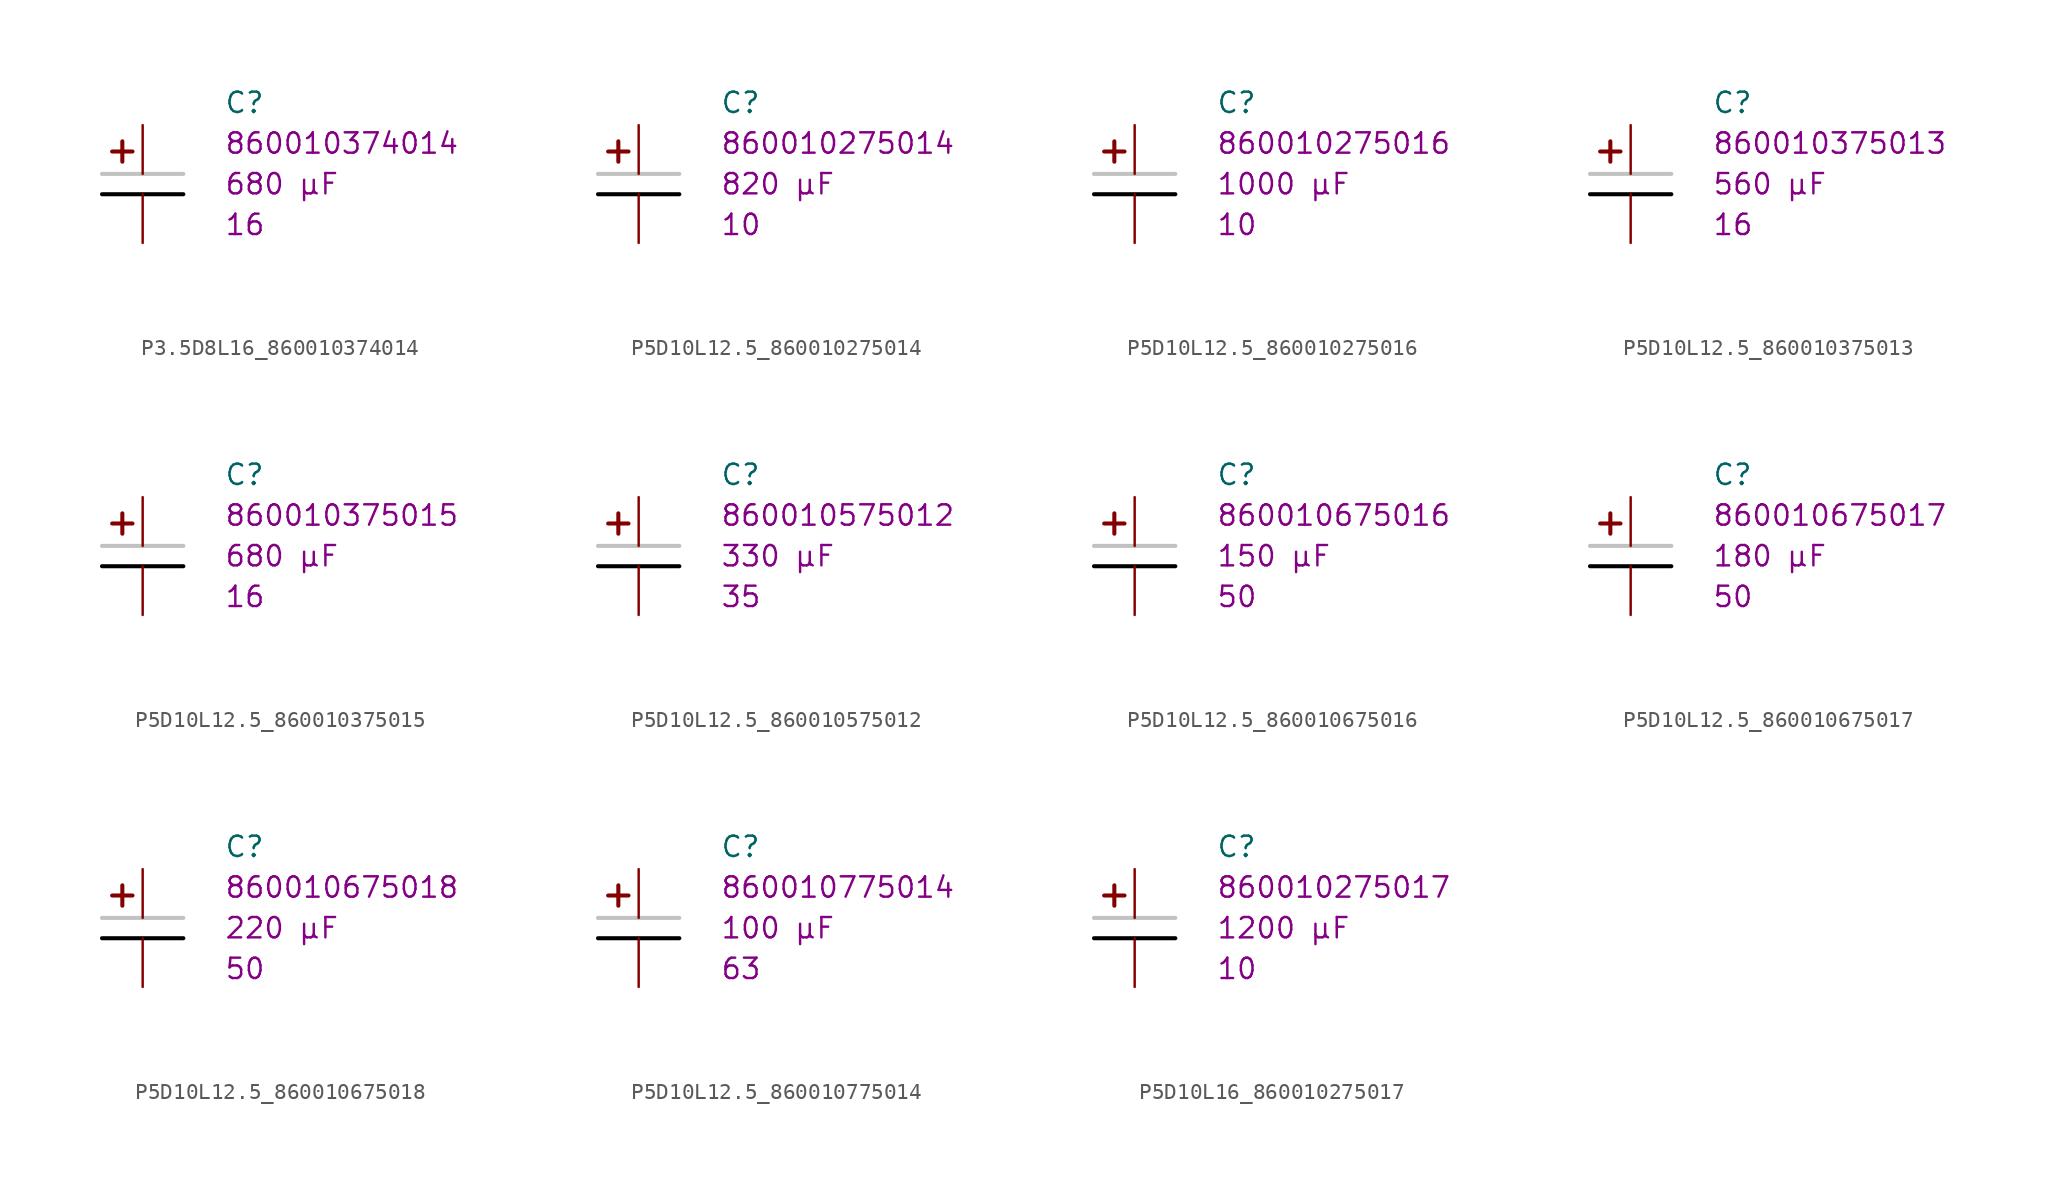
<source format=kicad_sym>
(kicad_symbol_lib
  (version 20220914)
  (generator kicad_symbol_editor)
  (symbol "P3.5D8L16_860010374014"
    (pin_numbers hide)
    (pin_names hide)
    (property "Reference" "C"
      (at 5.08 5.08 0)
      (effects (font (size 1.27 1.27)) (justify left)))
    (property "Part Number" "860010374014"
      (at 5.08 2.54 0)
      (effects (font (size 1.27 1.27)) (justify left)))
    (property "Capacitance" "680 µF"
      (at 5.08 0 0)
      (effects (font (size 1.27 1.27)) (justify left)))
    (property "Voltage" "16"
      (at 5.08 -2.54 0)
      (effects (font (size 1.27 1.27)) (justify left)))
    (property "Critical Parameter" ""
      (at 0 -7.62 0)
      (effects (font (size 1.27 1.27))))
    (symbol "P3.5D8L16_860010374014_1_1"
      (polyline (pts (xy -1.27 2.667) (xy -1.27 1.397)) (stroke (width 0.254) (type default)) (fill (type none)))
      (polyline (pts (xy -0.635 2.032) (xy -1.905 2.032)) (stroke (width 0.254) (type default)) (fill (type none)))
      (polyline (pts (xy 2.54 -0.635) (xy -2.54 -0.635)) (stroke (width 0.254) (type default) (color 0 0 0 1)) (fill (type none)))
      (polyline (pts (xy 2.54 0.635) (xy -2.54 0.635)) (stroke (width 0.254) (type default) (color 194 194 194 1)) (fill (type none)))
      (pin passive line (at 0 3.679 270) (length 3.044) (name "1" (effects (font (size 1.27 1.27)))) (number "1" (effects (font (size 1.27 1.27)))))
      (pin passive line (at 0 -3.679 90) (length 3.044) (name "2" (effects (font (size 1.27 1.27)))) (number "2" (effects (font (size 1.27 1.27)))))))
  (symbol "P5D10L12.5_860010275014"
    (pin_numbers hide)
    (pin_names hide)
    (property "Reference" "C"
      (at 5.08 5.08 0)
      (effects (font (size 1.27 1.27)) (justify left)))
    (property "Part Number" "860010275014"
      (at 5.08 2.54 0)
      (effects (font (size 1.27 1.27)) (justify left)))
    (property "Capacitance" "820 µF"
      (at 5.08 0 0)
      (effects (font (size 1.27 1.27)) (justify left)))
    (property "Voltage" "10"
      (at 5.08 -2.54 0)
      (effects (font (size 1.27 1.27)) (justify left)))
    (property "Critical Parameter" ""
      (at 0 -7.62 0)
      (effects (font (size 1.27 1.27))))
    (symbol "P5D10L12.5_860010275014_1_1"
      (polyline (pts (xy -1.27 2.667) (xy -1.27 1.397)) (stroke (width 0.254) (type default)) (fill (type none)))
      (polyline (pts (xy -0.635 2.032) (xy -1.905 2.032)) (stroke (width 0.254) (type default)) (fill (type none)))
      (polyline (pts (xy 2.54 -0.635) (xy -2.54 -0.635)) (stroke (width 0.254) (type default) (color 0 0 0 1)) (fill (type none)))
      (polyline (pts (xy 2.54 0.635) (xy -2.54 0.635)) (stroke (width 0.254) (type default) (color 194 194 194 1)) (fill (type none)))
      (pin passive line (at 0 3.679 270) (length 3.044) (name "1" (effects (font (size 1.27 1.27)))) (number "1" (effects (font (size 1.27 1.27)))))
      (pin passive line (at 0 -3.679 90) (length 3.044) (name "2" (effects (font (size 1.27 1.27)))) (number "2" (effects (font (size 1.27 1.27)))))))
  (symbol "P5D10L12.5_860010275016"
    (pin_numbers hide)
    (pin_names hide)
    (property "Reference" "C"
      (at 5.08 5.08 0)
      (effects (font (size 1.27 1.27)) (justify left)))
    (property "Part Number" "860010275016"
      (at 5.08 2.54 0)
      (effects (font (size 1.27 1.27)) (justify left)))
    (property "Capacitance" "1000 µF"
      (at 5.08 0 0)
      (effects (font (size 1.27 1.27)) (justify left)))
    (property "Voltage" "10"
      (at 5.08 -2.54 0)
      (effects (font (size 1.27 1.27)) (justify left)))
    (property "Critical Parameter" ""
      (at 0 -7.62 0)
      (effects (font (size 1.27 1.27))))
    (symbol "P5D10L12.5_860010275016_1_1"
      (polyline (pts (xy -1.27 2.667) (xy -1.27 1.397)) (stroke (width 0.254) (type default)) (fill (type none)))
      (polyline (pts (xy -0.635 2.032) (xy -1.905 2.032)) (stroke (width 0.254) (type default)) (fill (type none)))
      (polyline (pts (xy 2.54 -0.635) (xy -2.54 -0.635)) (stroke (width 0.254) (type default) (color 0 0 0 1)) (fill (type none)))
      (polyline (pts (xy 2.54 0.635) (xy -2.54 0.635)) (stroke (width 0.254) (type default) (color 194 194 194 1)) (fill (type none)))
      (pin passive line (at 0 3.679 270) (length 3.044) (name "1" (effects (font (size 1.27 1.27)))) (number "1" (effects (font (size 1.27 1.27)))))
      (pin passive line (at 0 -3.679 90) (length 3.044) (name "2" (effects (font (size 1.27 1.27)))) (number "2" (effects (font (size 1.27 1.27)))))))
  (symbol "P5D10L12.5_860010375013"
    (pin_numbers hide)
    (pin_names hide)
    (property "Reference" "C"
      (at 5.08 5.08 0)
      (effects (font (size 1.27 1.27)) (justify left)))
    (property "Part Number" "860010375013"
      (at 5.08 2.54 0)
      (effects (font (size 1.27 1.27)) (justify left)))
    (property "Capacitance" "560 µF"
      (at 5.08 0 0)
      (effects (font (size 1.27 1.27)) (justify left)))
    (property "Voltage" "16"
      (at 5.08 -2.54 0)
      (effects (font (size 1.27 1.27)) (justify left)))
    (property "Critical Parameter" ""
      (at 0 -7.62 0)
      (effects (font (size 1.27 1.27))))
    (symbol "P5D10L12.5_860010375013_1_1"
      (polyline (pts (xy -1.27 2.667) (xy -1.27 1.397)) (stroke (width 0.254) (type default)) (fill (type none)))
      (polyline (pts (xy -0.635 2.032) (xy -1.905 2.032)) (stroke (width 0.254) (type default)) (fill (type none)))
      (polyline (pts (xy 2.54 -0.635) (xy -2.54 -0.635)) (stroke (width 0.254) (type default) (color 0 0 0 1)) (fill (type none)))
      (polyline (pts (xy 2.54 0.635) (xy -2.54 0.635)) (stroke (width 0.254) (type default) (color 194 194 194 1)) (fill (type none)))
      (pin passive line (at 0 3.679 270) (length 3.044) (name "1" (effects (font (size 1.27 1.27)))) (number "1" (effects (font (size 1.27 1.27)))))
      (pin passive line (at 0 -3.679 90) (length 3.044) (name "2" (effects (font (size 1.27 1.27)))) (number "2" (effects (font (size 1.27 1.27)))))))
  (symbol "P5D10L12.5_860010375015"
    (pin_numbers hide)
    (pin_names hide)
    (property "Reference" "C"
      (at 5.08 5.08 0)
      (effects (font (size 1.27 1.27)) (justify left)))
    (property "Part Number" "860010375015"
      (at 5.08 2.54 0)
      (effects (font (size 1.27 1.27)) (justify left)))
    (property "Capacitance" "680 µF"
      (at 5.08 0 0)
      (effects (font (size 1.27 1.27)) (justify left)))
    (property "Voltage" "16"
      (at 5.08 -2.54 0)
      (effects (font (size 1.27 1.27)) (justify left)))
    (property "Critical Parameter" ""
      (at 0 -7.62 0)
      (effects (font (size 1.27 1.27))))
    (symbol "P5D10L12.5_860010375015_1_1"
      (polyline (pts (xy -1.27 2.667) (xy -1.27 1.397)) (stroke (width 0.254) (type default)) (fill (type none)))
      (polyline (pts (xy -0.635 2.032) (xy -1.905 2.032)) (stroke (width 0.254) (type default)) (fill (type none)))
      (polyline (pts (xy 2.54 -0.635) (xy -2.54 -0.635)) (stroke (width 0.254) (type default) (color 0 0 0 1)) (fill (type none)))
      (polyline (pts (xy 2.54 0.635) (xy -2.54 0.635)) (stroke (width 0.254) (type default) (color 194 194 194 1)) (fill (type none)))
      (pin passive line (at 0 3.679 270) (length 3.044) (name "1" (effects (font (size 1.27 1.27)))) (number "1" (effects (font (size 1.27 1.27)))))
      (pin passive line (at 0 -3.679 90) (length 3.044) (name "2" (effects (font (size 1.27 1.27)))) (number "2" (effects (font (size 1.27 1.27)))))))
  (symbol "P5D10L12.5_860010575012"
    (pin_numbers hide)
    (pin_names hide)
    (property "Reference" "C"
      (at 5.08 5.08 0)
      (effects (font (size 1.27 1.27)) (justify left)))
    (property "Part Number" "860010575012"
      (at 5.08 2.54 0)
      (effects (font (size 1.27 1.27)) (justify left)))
    (property "Capacitance" "330 µF"
      (at 5.08 0 0)
      (effects (font (size 1.27 1.27)) (justify left)))
    (property "Voltage" "35"
      (at 5.08 -2.54 0)
      (effects (font (size 1.27 1.27)) (justify left)))
    (property "Critical Parameter" ""
      (at 0 -7.62 0)
      (effects (font (size 1.27 1.27))))
    (symbol "P5D10L12.5_860010575012_1_1"
      (polyline (pts (xy -1.27 2.667) (xy -1.27 1.397)) (stroke (width 0.254) (type default)) (fill (type none)))
      (polyline (pts (xy -0.635 2.032) (xy -1.905 2.032)) (stroke (width 0.254) (type default)) (fill (type none)))
      (polyline (pts (xy 2.54 -0.635) (xy -2.54 -0.635)) (stroke (width 0.254) (type default) (color 0 0 0 1)) (fill (type none)))
      (polyline (pts (xy 2.54 0.635) (xy -2.54 0.635)) (stroke (width 0.254) (type default) (color 194 194 194 1)) (fill (type none)))
      (pin passive line (at 0 3.679 270) (length 3.044) (name "1" (effects (font (size 1.27 1.27)))) (number "1" (effects (font (size 1.27 1.27)))))
      (pin passive line (at 0 -3.679 90) (length 3.044) (name "2" (effects (font (size 1.27 1.27)))) (number "2" (effects (font (size 1.27 1.27)))))))
  (symbol "P5D10L12.5_860010675016"
    (pin_numbers hide)
    (pin_names hide)
    (property "Reference" "C"
      (at 5.08 5.08 0)
      (effects (font (size 1.27 1.27)) (justify left)))
    (property "Part Number" "860010675016"
      (at 5.08 2.54 0)
      (effects (font (size 1.27 1.27)) (justify left)))
    (property "Capacitance" "150 µF"
      (at 5.08 0 0)
      (effects (font (size 1.27 1.27)) (justify left)))
    (property "Voltage" "50"
      (at 5.08 -2.54 0)
      (effects (font (size 1.27 1.27)) (justify left)))
    (property "Critical Parameter" ""
      (at 0 -7.62 0)
      (effects (font (size 1.27 1.27))))
    (symbol "P5D10L12.5_860010675016_1_1"
      (polyline (pts (xy -1.27 2.667) (xy -1.27 1.397)) (stroke (width 0.254) (type default)) (fill (type none)))
      (polyline (pts (xy -0.635 2.032) (xy -1.905 2.032)) (stroke (width 0.254) (type default)) (fill (type none)))
      (polyline (pts (xy 2.54 -0.635) (xy -2.54 -0.635)) (stroke (width 0.254) (type default) (color 0 0 0 1)) (fill (type none)))
      (polyline (pts (xy 2.54 0.635) (xy -2.54 0.635)) (stroke (width 0.254) (type default) (color 194 194 194 1)) (fill (type none)))
      (pin passive line (at 0 3.679 270) (length 3.044) (name "1" (effects (font (size 1.27 1.27)))) (number "1" (effects (font (size 1.27 1.27)))))
      (pin passive line (at 0 -3.679 90) (length 3.044) (name "2" (effects (font (size 1.27 1.27)))) (number "2" (effects (font (size 1.27 1.27)))))))
  (symbol "P5D10L12.5_860010675017"
    (pin_numbers hide)
    (pin_names hide)
    (property "Reference" "C"
      (at 5.08 5.08 0)
      (effects (font (size 1.27 1.27)) (justify left)))
    (property "Part Number" "860010675017"
      (at 5.08 2.54 0)
      (effects (font (size 1.27 1.27)) (justify left)))
    (property "Capacitance" "180 µF"
      (at 5.08 0 0)
      (effects (font (size 1.27 1.27)) (justify left)))
    (property "Voltage" "50"
      (at 5.08 -2.54 0)
      (effects (font (size 1.27 1.27)) (justify left)))
    (property "Critical Parameter" ""
      (at 0 -7.62 0)
      (effects (font (size 1.27 1.27))))
    (symbol "P5D10L12.5_860010675017_1_1"
      (polyline (pts (xy -1.27 2.667) (xy -1.27 1.397)) (stroke (width 0.254) (type default)) (fill (type none)))
      (polyline (pts (xy -0.635 2.032) (xy -1.905 2.032)) (stroke (width 0.254) (type default)) (fill (type none)))
      (polyline (pts (xy 2.54 -0.635) (xy -2.54 -0.635)) (stroke (width 0.254) (type default) (color 0 0 0 1)) (fill (type none)))
      (polyline (pts (xy 2.54 0.635) (xy -2.54 0.635)) (stroke (width 0.254) (type default) (color 194 194 194 1)) (fill (type none)))
      (pin passive line (at 0 3.679 270) (length 3.044) (name "1" (effects (font (size 1.27 1.27)))) (number "1" (effects (font (size 1.27 1.27)))))
      (pin passive line (at 0 -3.679 90) (length 3.044) (name "2" (effects (font (size 1.27 1.27)))) (number "2" (effects (font (size 1.27 1.27)))))))
  (symbol "P5D10L12.5_860010675018"
    (pin_numbers hide)
    (pin_names hide)
    (property "Reference" "C"
      (at 5.08 5.08 0)
      (effects (font (size 1.27 1.27)) (justify left)))
    (property "Part Number" "860010675018"
      (at 5.08 2.54 0)
      (effects (font (size 1.27 1.27)) (justify left)))
    (property "Capacitance" "220 µF"
      (at 5.08 0 0)
      (effects (font (size 1.27 1.27)) (justify left)))
    (property "Voltage" "50"
      (at 5.08 -2.54 0)
      (effects (font (size 1.27 1.27)) (justify left)))
    (property "Critical Parameter" ""
      (at 0 -7.62 0)
      (effects (font (size 1.27 1.27))))
    (symbol "P5D10L12.5_860010675018_1_1"
      (polyline (pts (xy -1.27 2.667) (xy -1.27 1.397)) (stroke (width 0.254) (type default)) (fill (type none)))
      (polyline (pts (xy -0.635 2.032) (xy -1.905 2.032)) (stroke (width 0.254) (type default)) (fill (type none)))
      (polyline (pts (xy 2.54 -0.635) (xy -2.54 -0.635)) (stroke (width 0.254) (type default) (color 0 0 0 1)) (fill (type none)))
      (polyline (pts (xy 2.54 0.635) (xy -2.54 0.635)) (stroke (width 0.254) (type default) (color 194 194 194 1)) (fill (type none)))
      (pin passive line (at 0 3.679 270) (length 3.044) (name "1" (effects (font (size 1.27 1.27)))) (number "1" (effects (font (size 1.27 1.27)))))
      (pin passive line (at 0 -3.679 90) (length 3.044) (name "2" (effects (font (size 1.27 1.27)))) (number "2" (effects (font (size 1.27 1.27)))))))
  (symbol "P5D10L12.5_860010775014"
    (pin_numbers hide)
    (pin_names hide)
    (property "Reference" "C"
      (at 5.08 5.08 0)
      (effects (font (size 1.27 1.27)) (justify left)))
    (property "Part Number" "860010775014"
      (at 5.08 2.54 0)
      (effects (font (size 1.27 1.27)) (justify left)))
    (property "Capacitance" "100 µF"
      (at 5.08 0 0)
      (effects (font (size 1.27 1.27)) (justify left)))
    (property "Voltage" "63"
      (at 5.08 -2.54 0)
      (effects (font (size 1.27 1.27)) (justify left)))
    (property "Critical Parameter" ""
      (at 0 -7.62 0)
      (effects (font (size 1.27 1.27))))
    (symbol "P5D10L12.5_860010775014_1_1"
      (polyline (pts (xy -1.27 2.667) (xy -1.27 1.397)) (stroke (width 0.254) (type default)) (fill (type none)))
      (polyline (pts (xy -0.635 2.032) (xy -1.905 2.032)) (stroke (width 0.254) (type default)) (fill (type none)))
      (polyline (pts (xy 2.54 -0.635) (xy -2.54 -0.635)) (stroke (width 0.254) (type default) (color 0 0 0 1)) (fill (type none)))
      (polyline (pts (xy 2.54 0.635) (xy -2.54 0.635)) (stroke (width 0.254) (type default) (color 194 194 194 1)) (fill (type none)))
      (pin passive line (at 0 3.679 270) (length 3.044) (name "1" (effects (font (size 1.27 1.27)))) (number "1" (effects (font (size 1.27 1.27)))))
      (pin passive line (at 0 -3.679 90) (length 3.044) (name "2" (effects (font (size 1.27 1.27)))) (number "2" (effects (font (size 1.27 1.27)))))))
  (symbol "P5D10L16_860010275017"
    (pin_numbers hide)
    (pin_names hide)
    (property "Reference" "C"
      (at 5.08 5.08 0)
      (effects (font (size 1.27 1.27)) (justify left)))
    (property "Part Number" "860010275017"
      (at 5.08 2.54 0)
      (effects (font (size 1.27 1.27)) (justify left)))
    (property "Capacitance" "1200 µF"
      (at 5.08 0 0)
      (effects (font (size 1.27 1.27)) (justify left)))
    (property "Voltage" "10"
      (at 5.08 -2.54 0)
      (effects (font (size 1.27 1.27)) (justify left)))
    (property "Critical Parameter" ""
      (at 0 -7.62 0)
      (effects (font (size 1.27 1.27))))
    (symbol "P5D10L16_860010275017_1_1"
      (polyline (pts (xy -1.27 2.667) (xy -1.27 1.397)) (stroke (width 0.254) (type default)) (fill (type none)))
      (polyline (pts (xy -0.635 2.032) (xy -1.905 2.032)) (stroke (width 0.254) (type default)) (fill (type none)))
      (polyline (pts (xy 2.54 -0.635) (xy -2.54 -0.635)) (stroke (width 0.254) (type default) (color 0 0 0 1)) (fill (type none)))
      (polyline (pts (xy 2.54 0.635) (xy -2.54 0.635)) (stroke (width 0.254) (type default) (color 194 194 194 1)) (fill (type none)))
      (pin passive line (at 0 3.679 270) (length 3.044) (name "1" (effects (font (size 1.27 1.27)))) (number "1" (effects (font (size 1.27 1.27)))))
      (pin passive line (at 0 -3.679 90) (length 3.044) (name "2" (effects (font (size 1.27 1.27)))) (number "2" (effects (font (size 1.27 1.27))))))))
</source>
